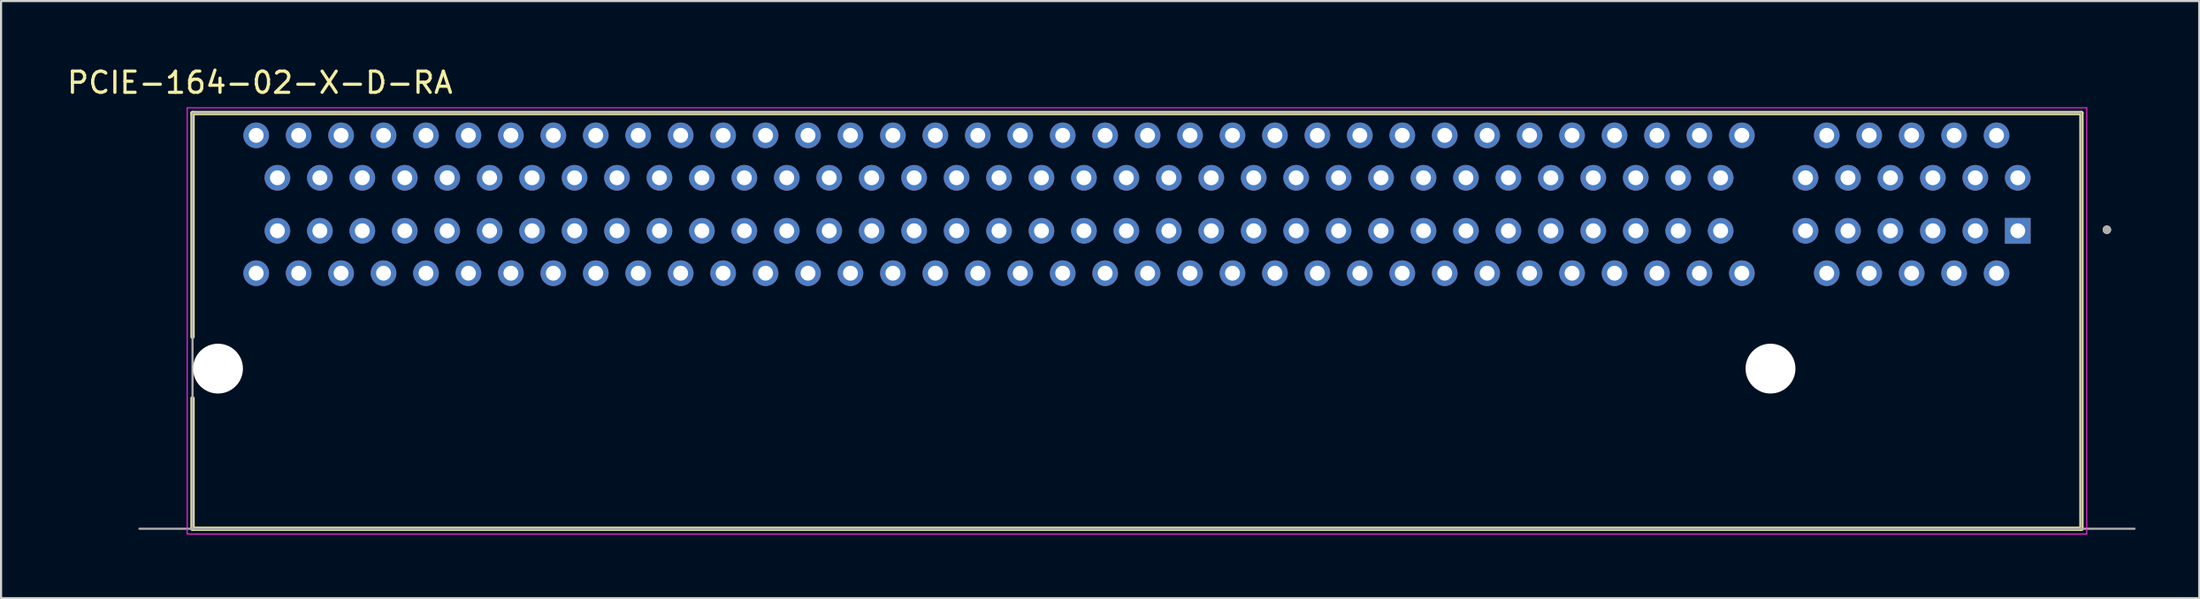
<source format=kicad_pcb>
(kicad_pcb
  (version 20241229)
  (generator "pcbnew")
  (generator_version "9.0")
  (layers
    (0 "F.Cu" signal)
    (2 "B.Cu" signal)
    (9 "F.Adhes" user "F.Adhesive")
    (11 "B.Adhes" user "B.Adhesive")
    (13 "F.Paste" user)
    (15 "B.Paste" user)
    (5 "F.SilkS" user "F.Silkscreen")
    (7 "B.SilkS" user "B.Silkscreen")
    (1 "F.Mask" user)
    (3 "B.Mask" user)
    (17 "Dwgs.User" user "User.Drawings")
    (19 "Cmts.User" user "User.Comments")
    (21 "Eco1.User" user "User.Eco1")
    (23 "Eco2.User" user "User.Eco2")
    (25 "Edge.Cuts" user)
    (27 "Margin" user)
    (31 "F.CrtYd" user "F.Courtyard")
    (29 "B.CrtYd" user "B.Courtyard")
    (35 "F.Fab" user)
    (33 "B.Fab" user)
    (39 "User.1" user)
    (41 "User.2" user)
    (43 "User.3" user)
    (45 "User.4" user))
  (footprint "PCIE-164-02-X-D-RA"
    (layer "F.Cu")
    (at 50.521 12.083)
    (property "Reference" "PCIE-164-02-X-D-RA" (at -41.325 -11.235 0) (layer "F.SilkS") (effects (font (size 1 1) (thickness 0.15))))
    (attr through_hole)
    (fp_line (start -44.5 -9.8) (end 44.5 -9.8) (stroke (width 0.2) (type solid)) (layer "F.SilkS"))
    (fp_line (start -44.5 0.75) (end -44.5 -9.8) (stroke (width 0.2) (type solid)) (layer "F.SilkS"))
    (fp_line (start -44.5 9.8) (end -44.5 3.65) (stroke (width 0.2) (type solid)) (layer "F.SilkS"))
    (fp_line (start 44.5 -9.8) (end 44.5 9.8) (stroke (width 0.2) (type solid)) (layer "F.SilkS"))
    (fp_line (start 44.5 9.8) (end -44.5 9.8) (stroke (width 0.2) (type solid)) (layer "F.SilkS"))
    (fp_circle (center 45.7 -4.3) (end 45.8 -4.3) (stroke (width 0.2) (type solid)) (fill no) (layer "F.SilkS"))
    (fp_line (start -44.75 -10.05) (end 44.75 -10.05) (stroke (width 0.05) (type solid)) (layer "F.CrtYd"))
    (fp_line (start -44.75 10.05) (end -44.75 -10.05) (stroke (width 0.05) (type solid)) (layer "F.CrtYd"))
    (fp_line (start 44.75 -10.05) (end 44.75 10.05) (stroke (width 0.05) (type solid)) (layer "F.CrtYd"))
    (fp_line (start 44.75 10.05) (end -44.75 10.05) (stroke (width 0.05) (type solid)) (layer "F.CrtYd"))
    (fp_line (start -47 9.8) (end 47 9.8) (stroke (width 0.1) (type solid)) (layer "F.Fab"))
    (fp_line (start -44.5 -9.8) (end 44.5 -9.8) (stroke (width 0.1) (type solid)) (layer "F.Fab"))
    (fp_line (start -44.5 9.8) (end -44.5 -9.8) (stroke (width 0.1) (type solid)) (layer "F.Fab"))
    (fp_line (start 44.5 -9.8) (end 44.5 9.8) (stroke (width 0.1) (type solid)) (layer "F.Fab"))
    (fp_line (start 44.5 9.8) (end -44.5 9.8) (stroke (width 0.127) (type solid)) (layer "F.Fab"))
    (fp_circle (center 45.7 -4.3) (end 45.8 -4.3) (stroke (width 0.2) (type solid)) (fill no) (layer "F.Fab"))
    (pad "" np_thru_hole circle (at -43.3 2.25) (size 2.35 2.35) (drill 2.35) (layers "*.Cu" "*.Mask"))
    (pad "" np_thru_hole circle (at 29.85 2.25) (size 2.35 2.35) (drill 2.35) (layers "*.Cu" "*.Mask"))
    (pad "A01" thru_hole rect (at 41.5 -4.25) (size 1.208 1.208) (drill 0.7) (layers "*.Cu" "*.Mask"))
    (pad "A02" thru_hole circle (at 40.5 -2.25) (size 1.208 1.208) (drill 0.7) (layers "*.Cu" "*.Mask"))
    (pad "A03" thru_hole circle (at 39.5 -4.25) (size 1.208 1.208) (drill 0.7) (layers "*.Cu" "*.Mask"))
    (pad "A04" thru_hole circle (at 38.5 -2.25) (size 1.208 1.208) (drill 0.7) (layers "*.Cu" "*.Mask"))
    (pad "A05" thru_hole circle (at 37.5 -4.25) (size 1.208 1.208) (drill 0.7) (layers "*.Cu" "*.Mask"))
    (pad "A06" thru_hole circle (at 36.5 -2.25) (size 1.208 1.208) (drill 0.7) (layers "*.Cu" "*.Mask"))
    (pad "A07" thru_hole circle (at 35.5 -4.25) (size 1.208 1.208) (drill 0.7) (layers "*.Cu" "*.Mask"))
    (pad "A08" thru_hole circle (at 34.5 -2.25) (size 1.208 1.208) (drill 0.7) (layers "*.Cu" "*.Mask"))
    (pad "A09" thru_hole circle (at 33.5 -4.25) (size 1.208 1.208) (drill 0.7) (layers "*.Cu" "*.Mask"))
    (pad "A10" thru_hole circle (at 32.5 -2.25) (size 1.208 1.208) (drill 0.7) (layers "*.Cu" "*.Mask"))
    (pad "A11" thru_hole circle (at 31.5 -4.25) (size 1.208 1.208) (drill 0.7) (layers "*.Cu" "*.Mask"))
    (pad "A12" thru_hole circle (at 28.5 -2.25) (size 1.208 1.208) (drill 0.7) (layers "*.Cu" "*.Mask"))
    (pad "A13" thru_hole circle (at 27.5 -4.25) (size 1.208 1.208) (drill 0.7) (layers "*.Cu" "*.Mask"))
    (pad "A14" thru_hole circle (at 26.5 -2.25) (size 1.208 1.208) (drill 0.7) (layers "*.Cu" "*.Mask"))
    (pad "A15" thru_hole circle (at 25.5 -4.25) (size 1.208 1.208) (drill 0.7) (layers "*.Cu" "*.Mask"))
    (pad "A16" thru_hole circle (at 24.5 -2.25) (size 1.208 1.208) (drill 0.7) (layers "*.Cu" "*.Mask"))
    (pad "A17" thru_hole circle (at 23.5 -4.25) (size 1.208 1.208) (drill 0.7) (layers "*.Cu" "*.Mask"))
    (pad "A18" thru_hole circle (at 22.5 -2.25) (size 1.208 1.208) (drill 0.7) (layers "*.Cu" "*.Mask"))
    (pad "A19" thru_hole circle (at 21.5 -4.25) (size 1.208 1.208) (drill 0.7) (layers "*.Cu" "*.Mask"))
    (pad "A20" thru_hole circle (at 20.5 -2.25) (size 1.208 1.208) (drill 0.7) (layers "*.Cu" "*.Mask"))
    (pad "A21" thru_hole circle (at 19.5 -4.25) (size 1.208 1.208) (drill 0.7) (layers "*.Cu" "*.Mask"))
    (pad "A22" thru_hole circle (at 18.5 -2.25) (size 1.208 1.208) (drill 0.7) (layers "*.Cu" "*.Mask"))
    (pad "A23" thru_hole circle (at 17.5 -4.25) (size 1.208 1.208) (drill 0.7) (layers "*.Cu" "*.Mask"))
    (pad "A24" thru_hole circle (at 16.5 -2.25) (size 1.208 1.208) (drill 0.7) (layers "*.Cu" "*.Mask"))
    (pad "A25" thru_hole circle (at 15.5 -4.25) (size 1.208 1.208) (drill 0.7) (layers "*.Cu" "*.Mask"))
    (pad "A26" thru_hole circle (at 14.5 -2.25) (size 1.208 1.208) (drill 0.7) (layers "*.Cu" "*.Mask"))
    (pad "A27" thru_hole circle (at 13.5 -4.25) (size 1.208 1.208) (drill 0.7) (layers "*.Cu" "*.Mask"))
    (pad "A28" thru_hole circle (at 12.5 -2.25) (size 1.208 1.208) (drill 0.7) (layers "*.Cu" "*.Mask"))
    (pad "A29" thru_hole circle (at 11.5 -4.25) (size 1.208 1.208) (drill 0.7) (layers "*.Cu" "*.Mask"))
    (pad "A30" thru_hole circle (at 10.5 -2.25) (size 1.208 1.208) (drill 0.7) (layers "*.Cu" "*.Mask"))
    (pad "A31" thru_hole circle (at 9.5 -4.25) (size 1.208 1.208) (drill 0.7) (layers "*.Cu" "*.Mask"))
    (pad "A32" thru_hole circle (at 8.5 -2.25) (size 1.208 1.208) (drill 0.7) (layers "*.Cu" "*.Mask"))
    (pad "A33" thru_hole circle (at 7.5 -4.25) (size 1.208 1.208) (drill 0.7) (layers "*.Cu" "*.Mask"))
    (pad "A34" thru_hole circle (at 6.5 -2.25) (size 1.208 1.208) (drill 0.7) (layers "*.Cu" "*.Mask"))
    (pad "A35" thru_hole circle (at 5.5 -4.25) (size 1.208 1.208) (drill 0.7) (layers "*.Cu" "*.Mask"))
    (pad "A36" thru_hole circle (at 4.5 -2.25) (size 1.208 1.208) (drill 0.7) (layers "*.Cu" "*.Mask"))
    (pad "A37" thru_hole circle (at 3.5 -4.25) (size 1.208 1.208) (drill 0.7) (layers "*.Cu" "*.Mask"))
    (pad "A38" thru_hole circle (at 2.5 -2.25) (size 1.208 1.208) (drill 0.7) (layers "*.Cu" "*.Mask"))
    (pad "A39" thru_hole circle (at 1.5 -4.25) (size 1.208 1.208) (drill 0.7) (layers "*.Cu" "*.Mask"))
    (pad "A40" thru_hole circle (at 0.5 -2.25) (size 1.208 1.208) (drill 0.7) (layers "*.Cu" "*.Mask"))
    (pad "A41" thru_hole circle (at -0.5 -4.25) (size 1.208 1.208) (drill 0.7) (layers "*.Cu" "*.Mask"))
    (pad "A42" thru_hole circle (at -1.5 -2.25) (size 1.208 1.208) (drill 0.7) (layers "*.Cu" "*.Mask"))
    (pad "A43" thru_hole circle (at -2.5 -4.25) (size 1.208 1.208) (drill 0.7) (layers "*.Cu" "*.Mask"))
    (pad "A44" thru_hole circle (at -3.5 -2.25) (size 1.208 1.208) (drill 0.7) (layers "*.Cu" "*.Mask"))
    (pad "A45" thru_hole circle (at -4.5 -4.25) (size 1.208 1.208) (drill 0.7) (layers "*.Cu" "*.Mask"))
    (pad "A46" thru_hole circle (at -5.5 -2.25) (size 1.208 1.208) (drill 0.7) (layers "*.Cu" "*.Mask"))
    (pad "A47" thru_hole circle (at -6.5 -4.25) (size 1.208 1.208) (drill 0.7) (layers "*.Cu" "*.Mask"))
    (pad "A48" thru_hole circle (at -7.5 -2.25) (size 1.208 1.208) (drill 0.7) (layers "*.Cu" "*.Mask"))
    (pad "A49" thru_hole circle (at -8.5 -4.25) (size 1.208 1.208) (drill 0.7) (layers "*.Cu" "*.Mask"))
    (pad "A50" thru_hole circle (at -9.5 -2.25) (size 1.208 1.208) (drill 0.7) (layers "*.Cu" "*.Mask"))
    (pad "A51" thru_hole circle (at -10.5 -4.25) (size 1.208 1.208) (drill 0.7) (layers "*.Cu" "*.Mask"))
    (pad "A52" thru_hole circle (at -11.5 -2.25) (size 1.208 1.208) (drill 0.7) (layers "*.Cu" "*.Mask"))
    (pad "A53" thru_hole circle (at -12.5 -4.25) (size 1.208 1.208) (drill 0.7) (layers "*.Cu" "*.Mask"))
    (pad "A54" thru_hole circle (at -13.5 -2.25) (size 1.208 1.208) (drill 0.7) (layers "*.Cu" "*.Mask"))
    (pad "A55" thru_hole circle (at -14.5 -4.25) (size 1.208 1.208) (drill 0.7) (layers "*.Cu" "*.Mask"))
    (pad "A56" thru_hole circle (at -15.5 -2.25) (size 1.208 1.208) (drill 0.7) (layers "*.Cu" "*.Mask"))
    (pad "A57" thru_hole circle (at -16.5 -4.25) (size 1.208 1.208) (drill 0.7) (layers "*.Cu" "*.Mask"))
    (pad "A58" thru_hole circle (at -17.5 -2.25) (size 1.208 1.208) (drill 0.7) (layers "*.Cu" "*.Mask"))
    (pad "A59" thru_hole circle (at -18.5 -4.25) (size 1.208 1.208) (drill 0.7) (layers "*.Cu" "*.Mask"))
    (pad "A60" thru_hole circle (at -19.5 -2.25) (size 1.208 1.208) (drill 0.7) (layers "*.Cu" "*.Mask"))
    (pad "A61" thru_hole circle (at -20.5 -4.25) (size 1.208 1.208) (drill 0.7) (layers "*.Cu" "*.Mask"))
    (pad "A62" thru_hole circle (at -21.5 -2.25) (size 1.208 1.208) (drill 0.7) (layers "*.Cu" "*.Mask"))
    (pad "A63" thru_hole circle (at -22.5 -4.25) (size 1.208 1.208) (drill 0.7) (layers "*.Cu" "*.Mask"))
    (pad "A64" thru_hole circle (at -23.5 -2.25) (size 1.208 1.208) (drill 0.7) (layers "*.Cu" "*.Mask"))
    (pad "A65" thru_hole circle (at -24.5 -4.25) (size 1.208 1.208) (drill 0.7) (layers "*.Cu" "*.Mask"))
    (pad "A66" thru_hole circle (at -25.5 -2.25) (size 1.208 1.208) (drill 0.7) (layers "*.Cu" "*.Mask"))
    (pad "A67" thru_hole circle (at -26.5 -4.25) (size 1.208 1.208) (drill 0.7) (layers "*.Cu" "*.Mask"))
    (pad "A68" thru_hole circle (at -27.5 -2.25) (size 1.208 1.208) (drill 0.7) (layers "*.Cu" "*.Mask"))
    (pad "A69" thru_hole circle (at -28.5 -4.25) (size 1.208 1.208) (drill 0.7) (layers "*.Cu" "*.Mask"))
    (pad "A70" thru_hole circle (at -29.5 -2.25) (size 1.208 1.208) (drill 0.7) (layers "*.Cu" "*.Mask"))
    (pad "A71" thru_hole circle (at -30.5 -4.25) (size 1.208 1.208) (drill 0.7) (layers "*.Cu" "*.Mask"))
    (pad "A72" thru_hole circle (at -31.5 -2.25) (size 1.208 1.208) (drill 0.7) (layers "*.Cu" "*.Mask"))
    (pad "A73" thru_hole circle (at -32.5 -4.25) (size 1.208 1.208) (drill 0.7) (layers "*.Cu" "*.Mask"))
    (pad "A74" thru_hole circle (at -33.5 -2.25) (size 1.208 1.208) (drill 0.7) (layers "*.Cu" "*.Mask"))
    (pad "A75" thru_hole circle (at -34.5 -4.25) (size 1.208 1.208) (drill 0.7) (layers "*.Cu" "*.Mask"))
    (pad "A76" thru_hole circle (at -35.5 -2.25) (size 1.208 1.208) (drill 0.7) (layers "*.Cu" "*.Mask"))
    (pad "A77" thru_hole circle (at -36.5 -4.25) (size 1.208 1.208) (drill 0.7) (layers "*.Cu" "*.Mask"))
    (pad "A78" thru_hole circle (at -37.5 -2.25) (size 1.208 1.208) (drill 0.7) (layers "*.Cu" "*.Mask"))
    (pad "A79" thru_hole circle (at -38.5 -4.25) (size 1.208 1.208) (drill 0.7) (layers "*.Cu" "*.Mask"))
    (pad "A80" thru_hole circle (at -39.5 -2.25) (size 1.208 1.208) (drill 0.7) (layers "*.Cu" "*.Mask"))
    (pad "A81" thru_hole circle (at -40.5 -4.25) (size 1.208 1.208) (drill 0.7) (layers "*.Cu" "*.Mask"))
    (pad "A82" thru_hole circle (at -41.5 -2.25) (size 1.208 1.208) (drill 0.7) (layers "*.Cu" "*.Mask"))
    (pad "B01" thru_hole circle (at 41.5 -6.75) (size 1.208 1.208) (drill 0.7) (layers "*.Cu" "*.Mask"))
    (pad "B02" thru_hole circle (at 40.5 -8.75) (size 1.208 1.208) (drill 0.7) (layers "*.Cu" "*.Mask"))
    (pad "B03" thru_hole circle (at 39.5 -6.75) (size 1.208 1.208) (drill 0.7) (layers "*.Cu" "*.Mask"))
    (pad "B04" thru_hole circle (at 38.5 -8.75) (size 1.208 1.208) (drill 0.7) (layers "*.Cu" "*.Mask"))
    (pad "B05" thru_hole circle (at 37.5 -6.75) (size 1.208 1.208) (drill 0.7) (layers "*.Cu" "*.Mask"))
    (pad "B06" thru_hole circle (at 36.5 -8.75) (size 1.208 1.208) (drill 0.7) (layers "*.Cu" "*.Mask"))
    (pad "B07" thru_hole circle (at 35.5 -6.75) (size 1.208 1.208) (drill 0.7) (layers "*.Cu" "*.Mask"))
    (pad "B08" thru_hole circle (at 34.5 -8.75) (size 1.208 1.208) (drill 0.7) (layers "*.Cu" "*.Mask"))
    (pad "B09" thru_hole circle (at 33.5 -6.75) (size 1.208 1.208) (drill 0.7) (layers "*.Cu" "*.Mask"))
    (pad "B10" thru_hole circle (at 32.5 -8.75) (size 1.208 1.208) (drill 0.7) (layers "*.Cu" "*.Mask"))
    (pad "B11" thru_hole circle (at 31.5 -6.75) (size 1.208 1.208) (drill 0.7) (layers "*.Cu" "*.Mask"))
    (pad "B12" thru_hole circle (at 28.5 -8.75) (size 1.208 1.208) (drill 0.7) (layers "*.Cu" "*.Mask"))
    (pad "B13" thru_hole circle (at 27.5 -6.75) (size 1.208 1.208) (drill 0.7) (layers "*.Cu" "*.Mask"))
    (pad "B14" thru_hole circle (at 26.5 -8.75) (size 1.208 1.208) (drill 0.7) (layers "*.Cu" "*.Mask"))
    (pad "B15" thru_hole circle (at 25.5 -6.75) (size 1.208 1.208) (drill 0.7) (layers "*.Cu" "*.Mask"))
    (pad "B16" thru_hole circle (at 24.5 -8.75) (size 1.208 1.208) (drill 0.7) (layers "*.Cu" "*.Mask"))
    (pad "B17" thru_hole circle (at 23.5 -6.75) (size 1.208 1.208) (drill 0.7) (layers "*.Cu" "*.Mask"))
    (pad "B18" thru_hole circle (at 22.5 -8.75) (size 1.208 1.208) (drill 0.7) (layers "*.Cu" "*.Mask"))
    (pad "B19" thru_hole circle (at 21.5 -6.75) (size 1.208 1.208) (drill 0.7) (layers "*.Cu" "*.Mask"))
    (pad "B20" thru_hole circle (at 20.5 -8.75) (size 1.208 1.208) (drill 0.7) (layers "*.Cu" "*.Mask"))
    (pad "B21" thru_hole circle (at 19.5 -6.75) (size 1.208 1.208) (drill 0.7) (layers "*.Cu" "*.Mask"))
    (pad "B22" thru_hole circle (at 18.5 -8.75) (size 1.208 1.208) (drill 0.7) (layers "*.Cu" "*.Mask"))
    (pad "B23" thru_hole circle (at 17.5 -6.75) (size 1.208 1.208) (drill 0.7) (layers "*.Cu" "*.Mask"))
    (pad "B24" thru_hole circle (at 16.5 -8.75) (size 1.208 1.208) (drill 0.7) (layers "*.Cu" "*.Mask"))
    (pad "B25" thru_hole circle (at 15.5 -6.75) (size 1.208 1.208) (drill 0.7) (layers "*.Cu" "*.Mask"))
    (pad "B26" thru_hole circle (at 14.5 -8.75) (size 1.208 1.208) (drill 0.7) (layers "*.Cu" "*.Mask"))
    (pad "B27" thru_hole circle (at 13.5 -6.75) (size 1.208 1.208) (drill 0.7) (layers "*.Cu" "*.Mask"))
    (pad "B28" thru_hole circle (at 12.5 -8.75) (size 1.208 1.208) (drill 0.7) (layers "*.Cu" "*.Mask"))
    (pad "B29" thru_hole circle (at 11.5 -6.75) (size 1.208 1.208) (drill 0.7) (layers "*.Cu" "*.Mask"))
    (pad "B30" thru_hole circle (at 10.5 -8.75) (size 1.208 1.208) (drill 0.7) (layers "*.Cu" "*.Mask"))
    (pad "B31" thru_hole circle (at 9.5 -6.75) (size 1.208 1.208) (drill 0.7) (layers "*.Cu" "*.Mask"))
    (pad "B32" thru_hole circle (at 8.5 -8.75) (size 1.208 1.208) (drill 0.7) (layers "*.Cu" "*.Mask"))
    (pad "B33" thru_hole circle (at 7.5 -6.75) (size 1.208 1.208) (drill 0.7) (layers "*.Cu" "*.Mask"))
    (pad "B34" thru_hole circle (at 6.5 -8.75) (size 1.208 1.208) (drill 0.7) (layers "*.Cu" "*.Mask"))
    (pad "B35" thru_hole circle (at 5.5 -6.75) (size 1.208 1.208) (drill 0.7) (layers "*.Cu" "*.Mask"))
    (pad "B36" thru_hole circle (at 4.5 -8.75) (size 1.208 1.208) (drill 0.7) (layers "*.Cu" "*.Mask"))
    (pad "B37" thru_hole circle (at 3.5 -6.75) (size 1.208 1.208) (drill 0.7) (layers "*.Cu" "*.Mask"))
    (pad "B38" thru_hole circle (at 2.5 -8.75) (size 1.208 1.208) (drill 0.7) (layers "*.Cu" "*.Mask"))
    (pad "B39" thru_hole circle (at 1.5 -6.75) (size 1.208 1.208) (drill 0.7) (layers "*.Cu" "*.Mask"))
    (pad "B40" thru_hole circle (at 0.5 -8.75) (size 1.208 1.208) (drill 0.7) (layers "*.Cu" "*.Mask"))
    (pad "B41" thru_hole circle (at -0.5 -6.75) (size 1.208 1.208) (drill 0.7) (layers "*.Cu" "*.Mask"))
    (pad "B42" thru_hole circle (at -1.5 -8.75) (size 1.208 1.208) (drill 0.7) (layers "*.Cu" "*.Mask"))
    (pad "B43" thru_hole circle (at -2.5 -6.75) (size 1.208 1.208) (drill 0.7) (layers "*.Cu" "*.Mask"))
    (pad "B44" thru_hole circle (at -3.5 -8.75) (size 1.208 1.208) (drill 0.7) (layers "*.Cu" "*.Mask"))
    (pad "B45" thru_hole circle (at -4.5 -6.75) (size 1.208 1.208) (drill 0.7) (layers "*.Cu" "*.Mask"))
    (pad "B46" thru_hole circle (at -5.5 -8.75) (size 1.208 1.208) (drill 0.7) (layers "*.Cu" "*.Mask"))
    (pad "B47" thru_hole circle (at -6.5 -6.75) (size 1.208 1.208) (drill 0.7) (layers "*.Cu" "*.Mask"))
    (pad "B48" thru_hole circle (at -7.5 -8.75) (size 1.208 1.208) (drill 0.7) (layers "*.Cu" "*.Mask"))
    (pad "B49" thru_hole circle (at -8.5 -6.75) (size 1.208 1.208) (drill 0.7) (layers "*.Cu" "*.Mask"))
    (pad "B50" thru_hole circle (at -9.5 -8.75) (size 1.208 1.208) (drill 0.7) (layers "*.Cu" "*.Mask"))
    (pad "B51" thru_hole circle (at -10.5 -6.75) (size 1.208 1.208) (drill 0.7) (layers "*.Cu" "*.Mask"))
    (pad "B52" thru_hole circle (at -11.5 -8.75) (size 1.208 1.208) (drill 0.7) (layers "*.Cu" "*.Mask"))
    (pad "B53" thru_hole circle (at -12.5 -6.75) (size 1.208 1.208) (drill 0.7) (layers "*.Cu" "*.Mask"))
    (pad "B54" thru_hole circle (at -13.5 -8.75) (size 1.208 1.208) (drill 0.7) (layers "*.Cu" "*.Mask"))
    (pad "B55" thru_hole circle (at -14.5 -6.75) (size 1.208 1.208) (drill 0.7) (layers "*.Cu" "*.Mask"))
    (pad "B56" thru_hole circle (at -15.5 -8.75) (size 1.208 1.208) (drill 0.7) (layers "*.Cu" "*.Mask"))
    (pad "B57" thru_hole circle (at -16.5 -6.75) (size 1.208 1.208) (drill 0.7) (layers "*.Cu" "*.Mask"))
    (pad "B58" thru_hole circle (at -17.5 -8.75) (size 1.208 1.208) (drill 0.7) (layers "*.Cu" "*.Mask"))
    (pad "B59" thru_hole circle (at -18.5 -6.75) (size 1.208 1.208) (drill 0.7) (layers "*.Cu" "*.Mask"))
    (pad "B60" thru_hole circle (at -19.5 -8.75) (size 1.208 1.208) (drill 0.7) (layers "*.Cu" "*.Mask"))
    (pad "B61" thru_hole circle (at -20.5 -6.75) (size 1.208 1.208) (drill 0.7) (layers "*.Cu" "*.Mask"))
    (pad "B62" thru_hole circle (at -21.5 -8.75) (size 1.208 1.208) (drill 0.7) (layers "*.Cu" "*.Mask"))
    (pad "B63" thru_hole circle (at -22.5 -6.75) (size 1.208 1.208) (drill 0.7) (layers "*.Cu" "*.Mask"))
    (pad "B64" thru_hole circle (at -23.5 -8.75) (size 1.208 1.208) (drill 0.7) (layers "*.Cu" "*.Mask"))
    (pad "B65" thru_hole circle (at -24.5 -6.75) (size 1.208 1.208) (drill 0.7) (layers "*.Cu" "*.Mask"))
    (pad "B66" thru_hole circle (at -25.5 -8.75) (size 1.208 1.208) (drill 0.7) (layers "*.Cu" "*.Mask"))
    (pad "B67" thru_hole circle (at -26.5 -6.75) (size 1.208 1.208) (drill 0.7) (layers "*.Cu" "*.Mask"))
    (pad "B68" thru_hole circle (at -27.5 -8.75) (size 1.208 1.208) (drill 0.7) (layers "*.Cu" "*.Mask"))
    (pad "B69" thru_hole circle (at -28.5 -6.75) (size 1.208 1.208) (drill 0.7) (layers "*.Cu" "*.Mask"))
    (pad "B70" thru_hole circle (at -29.5 -8.75) (size 1.208 1.208) (drill 0.7) (layers "*.Cu" "*.Mask"))
    (pad "B71" thru_hole circle (at -30.5 -6.75) (size 1.208 1.208) (drill 0.7) (layers "*.Cu" "*.Mask"))
    (pad "B72" thru_hole circle (at -31.5 -8.75) (size 1.208 1.208) (drill 0.7) (layers "*.Cu" "*.Mask"))
    (pad "B73" thru_hole circle (at -32.5 -6.75) (size 1.208 1.208) (drill 0.7) (layers "*.Cu" "*.Mask"))
    (pad "B74" thru_hole circle (at -33.5 -8.75) (size 1.208 1.208) (drill 0.7) (layers "*.Cu" "*.Mask"))
    (pad "B75" thru_hole circle (at -34.5 -6.75) (size 1.208 1.208) (drill 0.7) (layers "*.Cu" "*.Mask"))
    (pad "B76" thru_hole circle (at -35.5 -8.75) (size 1.208 1.208) (drill 0.7) (layers "*.Cu" "*.Mask"))
    (pad "B77" thru_hole circle (at -36.5 -6.75) (size 1.208 1.208) (drill 0.7) (layers "*.Cu" "*.Mask"))
    (pad "B78" thru_hole circle (at -37.5 -8.75) (size 1.208 1.208) (drill 0.7) (layers "*.Cu" "*.Mask"))
    (pad "B79" thru_hole circle (at -38.5 -6.75) (size 1.208 1.208) (drill 0.7) (layers "*.Cu" "*.Mask"))
    (pad "B80" thru_hole circle (at -39.5 -8.75) (size 1.208 1.208) (drill 0.7) (layers "*.Cu" "*.Mask"))
    (pad "B81" thru_hole circle (at -40.5 -6.75) (size 1.208 1.208) (drill 0.7) (layers "*.Cu" "*.Mask"))
    (pad "B82" thru_hole circle (at -41.5 -8.75) (size 1.208 1.208) (drill 0.7) (layers "*.Cu" "*.Mask")))
  (gr_rect
    (start -3 -3)
    (end 100.571 25.158)
    (stroke (width 0.1) (type default))
    (fill no)
    (layer "Edge.Cuts")))
</source>
